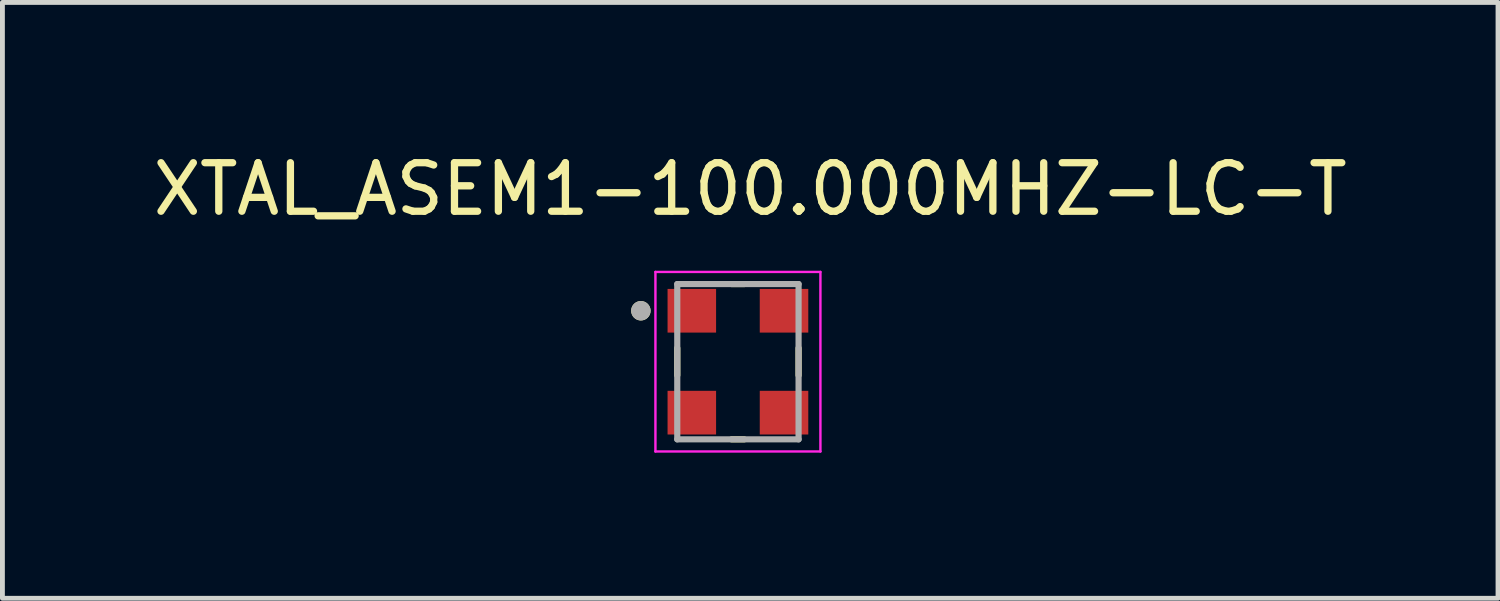
<source format=kicad_pcb>
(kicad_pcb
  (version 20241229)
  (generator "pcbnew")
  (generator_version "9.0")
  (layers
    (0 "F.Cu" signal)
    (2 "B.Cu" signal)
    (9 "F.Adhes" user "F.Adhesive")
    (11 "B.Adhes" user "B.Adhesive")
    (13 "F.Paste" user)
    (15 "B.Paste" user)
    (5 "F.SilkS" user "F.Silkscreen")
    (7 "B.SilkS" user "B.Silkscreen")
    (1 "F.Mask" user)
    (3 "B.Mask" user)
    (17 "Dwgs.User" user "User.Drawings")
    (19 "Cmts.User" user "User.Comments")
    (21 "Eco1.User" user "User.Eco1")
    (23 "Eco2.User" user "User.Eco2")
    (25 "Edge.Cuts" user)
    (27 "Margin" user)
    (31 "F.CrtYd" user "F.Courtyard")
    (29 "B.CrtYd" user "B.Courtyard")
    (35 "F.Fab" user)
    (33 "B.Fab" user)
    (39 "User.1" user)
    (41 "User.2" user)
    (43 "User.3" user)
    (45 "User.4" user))
  (footprint "XTAL_ASEM1-100.000MHZ-LC-T"
    (layer "F.Cu")
    (at 12.157 4.404)
    (property "Reference" "XTAL_ASEM1-100.000MHZ-LC-T" (at 0.254 -3.556 0) (layer "F.SilkS") (effects (font (size 1 1) (thickness 0.15))))
    (attr smd)
    (fp_line (start -1.25 -0.28) (end -1.25 0.28) (stroke (width 0.127) (type solid)) (layer "F.SilkS"))
    (fp_line (start -0.13 -1.6) (end 0.13 -1.6) (stroke (width 0.127) (type solid)) (layer "F.SilkS"))
    (fp_line (start 0.13 1.6) (end -0.13 1.6) (stroke (width 0.127) (type solid)) (layer "F.SilkS"))
    (fp_line (start 1.25 0.28) (end 1.25 -0.28) (stroke (width 0.127) (type solid)) (layer "F.SilkS"))
    (fp_circle (center -2 -1.05) (end -1.9 -1.05) (stroke (width 0.2) (type solid)) (fill no) (layer "F.SilkS"))
    (fp_line (start -1.7 -1.85) (end 1.7 -1.85) (stroke (width 0.05) (type solid)) (layer "F.CrtYd"))
    (fp_line (start -1.7 1.85) (end -1.7 -1.85) (stroke (width 0.05) (type solid)) (layer "F.CrtYd"))
    (fp_line (start 1.7 -1.85) (end 1.7 1.85) (stroke (width 0.05) (type solid)) (layer "F.CrtYd"))
    (fp_line (start 1.7 1.85) (end -1.7 1.85) (stroke (width 0.05) (type solid)) (layer "F.CrtYd"))
    (fp_line (start -1.25 -1.6) (end 1.25 -1.6) (stroke (width 0.127) (type solid)) (layer "F.Fab"))
    (fp_line (start -1.25 1.6) (end -1.25 -1.6) (stroke (width 0.127) (type solid)) (layer "F.Fab"))
    (fp_line (start 1.25 -1.6) (end 1.25 1.6) (stroke (width 0.127) (type solid)) (layer "F.Fab"))
    (fp_line (start 1.25 1.6) (end -1.25 1.6) (stroke (width 0.127) (type solid)) (layer "F.Fab"))
    (fp_circle (center -2 -1.05) (end -1.9 -1.05) (stroke (width 0.2) (type solid)) (fill no) (layer "F.Fab"))
    (pad "1" smd rect (at -0.95 -1.05) (size 1 0.9) (layers "F.Cu" "F.Mask" "F.Paste"))
    (pad "2" smd rect (at -0.95 1.05) (size 1 0.9) (layers "F.Cu" "F.Mask" "F.Paste"))
    (pad "3" smd rect (at 0.95 1.05) (size 1 0.9) (layers "F.Cu" "F.Mask" "F.Paste"))
    (pad "4" smd rect (at 0.95 -1.05) (size 1 0.9) (layers "F.Cu" "F.Mask" "F.Paste")))
  (gr_rect
    (start -3 -3)
    (end 27.821 9.279)
    (stroke (width 0.1) (type default))
    (fill no)
    (layer "Edge.Cuts")))
</source>
